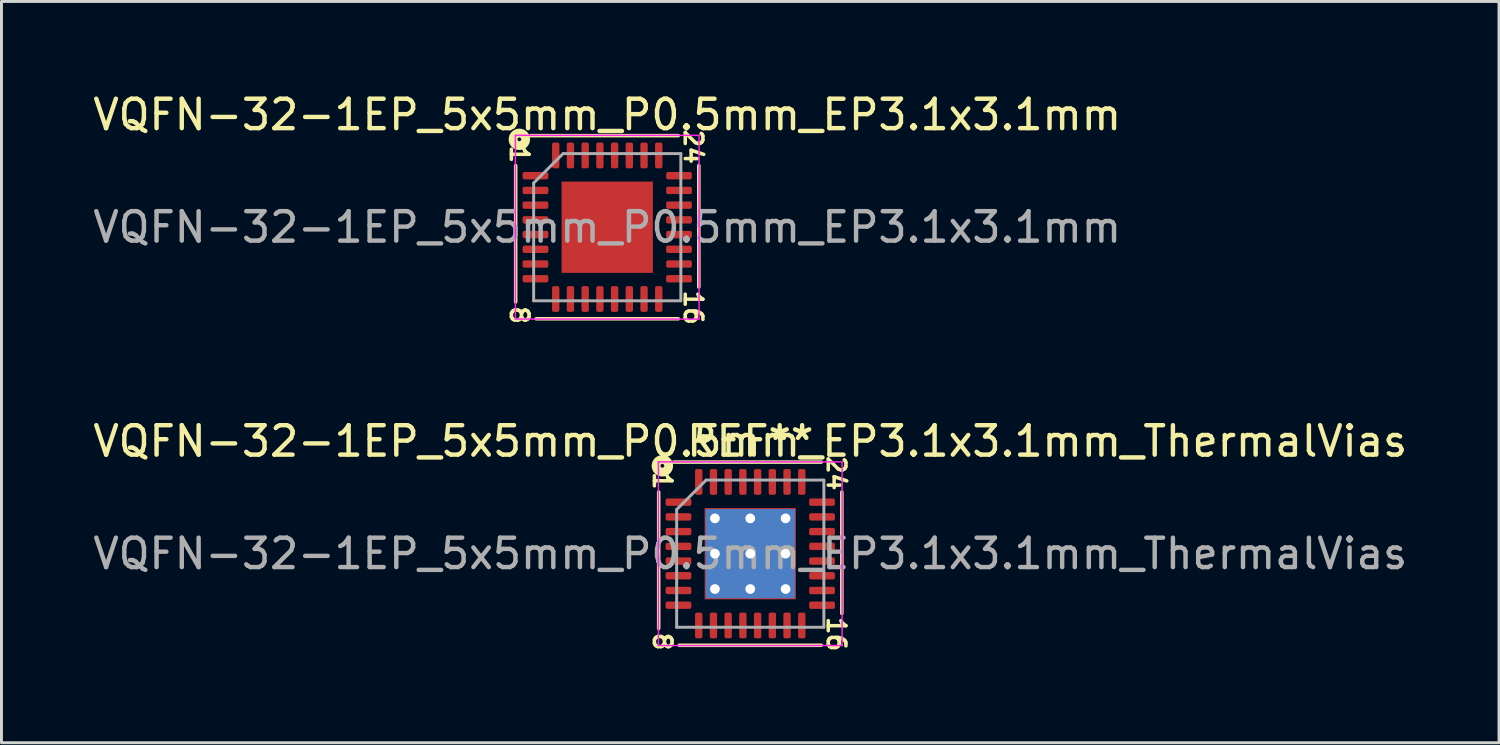
<source format=kicad_pcb>
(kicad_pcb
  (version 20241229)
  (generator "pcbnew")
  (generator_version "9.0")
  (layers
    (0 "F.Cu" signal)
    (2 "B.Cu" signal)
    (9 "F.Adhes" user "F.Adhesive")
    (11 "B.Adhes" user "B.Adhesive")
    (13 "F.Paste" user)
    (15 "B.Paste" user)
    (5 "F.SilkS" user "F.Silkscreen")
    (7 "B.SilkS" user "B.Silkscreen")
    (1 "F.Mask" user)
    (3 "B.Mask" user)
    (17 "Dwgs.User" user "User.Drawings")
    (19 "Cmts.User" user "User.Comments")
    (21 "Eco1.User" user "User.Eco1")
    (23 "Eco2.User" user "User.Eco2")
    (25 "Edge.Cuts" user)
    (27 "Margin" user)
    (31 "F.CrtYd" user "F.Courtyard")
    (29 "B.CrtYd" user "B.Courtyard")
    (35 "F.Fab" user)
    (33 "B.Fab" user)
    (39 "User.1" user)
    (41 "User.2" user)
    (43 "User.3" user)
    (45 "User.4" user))
  (footprint "VQFN-32-1EP_5x5mm_P0.5mm_EP3.1x3.1mm"
    (layer "F.Cu")
    (at 17.577 4.668)
    (property "Reference" "VQFN-32-1EP_5x5mm_P0.5mm_EP3.1x3.1mm" (at 0 -3.82 0) (layer "F.SilkS") (effects (font (size 1 1) (thickness 0.15))))
    (attr smd)
    (fp_line (start -3.111 -2.095) (end -3.111 2.54) (stroke (width 0.12) (type solid)) (layer "F.SilkS"))
    (fp_line (start -2.413 3.111) (end 2.413 3.111) (stroke (width 0.12) (type solid)) (layer "F.SilkS"))
    (fp_line (start 2.413 -3.111) (end -2.603 -3.111) (stroke (width 0.12) (type solid)) (layer "F.SilkS"))
    (fp_line (start 3.111 2.032) (end 3.111 -2.095) (stroke (width 0.12) (type solid)) (layer "F.SilkS"))
    (fp_circle (center -2.985 -2.985) (end -2.921 -2.985) (stroke (width 0.3) (type solid)) (fill no) (layer "F.SilkS"))
    (fp_line (start -3.12 -3.12) (end -3.12 3.12) (stroke (width 0.05) (type solid)) (layer "F.CrtYd"))
    (fp_line (start -3.12 3.12) (end 3.12 3.12) (stroke (width 0.05) (type solid)) (layer "F.CrtYd"))
    (fp_line (start 3.12 -3.12) (end -3.12 -3.12) (stroke (width 0.05) (type solid)) (layer "F.CrtYd"))
    (fp_line (start 3.12 3.12) (end 3.12 -3.12) (stroke (width 0.05) (type solid)) (layer "F.CrtYd"))
    (fp_line (start -2.5 -1.5) (end -1.5 -2.5) (stroke (width 0.1) (type solid)) (layer "F.Fab"))
    (fp_line (start -2.5 2.5) (end -2.5 -1.5) (stroke (width 0.1) (type solid)) (layer "F.Fab"))
    (fp_line (start -1.5 -2.5) (end 2.5 -2.5) (stroke (width 0.1) (type solid)) (layer "F.Fab"))
    (fp_line (start 2.5 -2.5) (end 2.5 2.5) (stroke (width 0.1) (type solid)) (layer "F.Fab"))
    (fp_line (start 2.5 2.5) (end -2.5 2.5) (stroke (width 0.1) (type solid)) (layer "F.Fab"))
    (fp_text user "1" (at -2.985 -2.477 270) (unlocked yes) (layer "F.SilkS") (effects (font (size 0.6 0.6) (thickness 0.12))))
    (fp_text user "16" (at 2.921 2.731 270) (unlocked yes) (layer "F.SilkS") (effects (font (size 0.6 0.6) (thickness 0.12))))
    (fp_text user "8" (at -2.985 2.985 270) (unlocked yes) (layer "F.SilkS") (effects (font (size 0.6 0.6) (thickness 0.12))))
    (fp_text user "24" (at 2.921 -2.731 270) (unlocked yes) (layer "F.SilkS") (effects (font (size 0.6 0.6) (thickness 0.12))))
    (fp_text user "${REFERENCE}" (at 0 0 0) (layer "F.Fab") (effects (font (size 1 1) (thickness 0.15))))
    (pad "" smd roundrect (at -0.775 -0.775) (size 1.25 1.25) (layers "F.Paste") (roundrect_rratio 0.2))
    (pad "" smd roundrect (at -0.775 0.775) (size 1.25 1.25) (layers "F.Paste") (roundrect_rratio 0.2))
    (pad "" smd roundrect (at 0.775 -0.775) (size 1.25 1.25) (layers "F.Paste") (roundrect_rratio 0.2))
    (pad "" smd roundrect (at 0.775 0.775) (size 1.25 1.25) (layers "F.Paste") (roundrect_rratio 0.2))
    (pad "1" smd roundrect (at -2.438 -1.75) (size 0.875 0.25) (layers "F.Cu" "F.Mask" "F.Paste") (roundrect_rratio 0.25))
    (pad "2" smd roundrect (at -2.438 -1.25) (size 0.875 0.25) (layers "F.Cu" "F.Mask" "F.Paste") (roundrect_rratio 0.25))
    (pad "3" smd roundrect (at -2.438 -0.75) (size 0.875 0.25) (layers "F.Cu" "F.Mask" "F.Paste") (roundrect_rratio 0.25))
    (pad "4" smd roundrect (at -2.438 -0.25) (size 0.875 0.25) (layers "F.Cu" "F.Mask" "F.Paste") (roundrect_rratio 0.25))
    (pad "5" smd roundrect (at -2.438 0.25) (size 0.875 0.25) (layers "F.Cu" "F.Mask" "F.Paste") (roundrect_rratio 0.25))
    (pad "6" smd roundrect (at -2.438 0.75) (size 0.875 0.25) (layers "F.Cu" "F.Mask" "F.Paste") (roundrect_rratio 0.25))
    (pad "7" smd roundrect (at -2.438 1.25) (size 0.875 0.25) (layers "F.Cu" "F.Mask" "F.Paste") (roundrect_rratio 0.25))
    (pad "8" smd roundrect (at -2.438 1.75) (size 0.875 0.25) (layers "F.Cu" "F.Mask" "F.Paste") (roundrect_rratio 0.25))
    (pad "9" smd roundrect (at -1.75 2.438) (size 0.25 0.875) (layers "F.Cu" "F.Mask" "F.Paste") (roundrect_rratio 0.25))
    (pad "10" smd roundrect (at -1.25 2.438) (size 0.25 0.875) (layers "F.Cu" "F.Mask" "F.Paste") (roundrect_rratio 0.25))
    (pad "11" smd roundrect (at -0.75 2.438) (size 0.25 0.875) (layers "F.Cu" "F.Mask" "F.Paste") (roundrect_rratio 0.25))
    (pad "12" smd roundrect (at -0.25 2.438) (size 0.25 0.875) (layers "F.Cu" "F.Mask" "F.Paste") (roundrect_rratio 0.25))
    (pad "13" smd roundrect (at 0.25 2.438) (size 0.25 0.875) (layers "F.Cu" "F.Mask" "F.Paste") (roundrect_rratio 0.25))
    (pad "14" smd roundrect (at 0.75 2.438) (size 0.25 0.875) (layers "F.Cu" "F.Mask" "F.Paste") (roundrect_rratio 0.25))
    (pad "15" smd roundrect (at 1.25 2.438) (size 0.25 0.875) (layers "F.Cu" "F.Mask" "F.Paste") (roundrect_rratio 0.25))
    (pad "16" smd roundrect (at 1.75 2.438) (size 0.25 0.875) (layers "F.Cu" "F.Mask" "F.Paste") (roundrect_rratio 0.25))
    (pad "17" smd roundrect (at 2.438 1.75) (size 0.875 0.25) (layers "F.Cu" "F.Mask" "F.Paste") (roundrect_rratio 0.25))
    (pad "18" smd roundrect (at 2.438 1.25) (size 0.875 0.25) (layers "F.Cu" "F.Mask" "F.Paste") (roundrect_rratio 0.25))
    (pad "19" smd roundrect (at 2.438 0.75) (size 0.875 0.25) (layers "F.Cu" "F.Mask" "F.Paste") (roundrect_rratio 0.25))
    (pad "20" smd roundrect (at 2.438 0.25) (size 0.875 0.25) (layers "F.Cu" "F.Mask" "F.Paste") (roundrect_rratio 0.25))
    (pad "21" smd roundrect (at 2.438 -0.25) (size 0.875 0.25) (layers "F.Cu" "F.Mask" "F.Paste") (roundrect_rratio 0.25))
    (pad "22" smd roundrect (at 2.438 -0.75) (size 0.875 0.25) (layers "F.Cu" "F.Mask" "F.Paste") (roundrect_rratio 0.25))
    (pad "23" smd roundrect (at 2.438 -1.25) (size 0.875 0.25) (layers "F.Cu" "F.Mask" "F.Paste") (roundrect_rratio 0.25))
    (pad "24" smd roundrect (at 2.438 -1.75) (size 0.875 0.25) (layers "F.Cu" "F.Mask" "F.Paste") (roundrect_rratio 0.25))
    (pad "25" smd roundrect (at 1.75 -2.438) (size 0.25 0.875) (layers "F.Cu" "F.Mask" "F.Paste") (roundrect_rratio 0.25))
    (pad "26" smd roundrect (at 1.25 -2.438) (size 0.25 0.875) (layers "F.Cu" "F.Mask" "F.Paste") (roundrect_rratio 0.25))
    (pad "27" smd roundrect (at 0.75 -2.438) (size 0.25 0.875) (layers "F.Cu" "F.Mask" "F.Paste") (roundrect_rratio 0.25))
    (pad "28" smd roundrect (at 0.25 -2.438) (size 0.25 0.875) (layers "F.Cu" "F.Mask" "F.Paste") (roundrect_rratio 0.25))
    (pad "29" smd roundrect (at -0.25 -2.438) (size 0.25 0.875) (layers "F.Cu" "F.Mask" "F.Paste") (roundrect_rratio 0.25))
    (pad "30" smd roundrect (at -0.75 -2.438) (size 0.25 0.875) (layers "F.Cu" "F.Mask" "F.Paste") (roundrect_rratio 0.25))
    (pad "31" smd roundrect (at -1.25 -2.438) (size 0.25 0.875) (layers "F.Cu" "F.Mask" "F.Paste") (roundrect_rratio 0.25))
    (pad "32" smd roundrect (at -1.75 -2.438) (size 0.25 0.875) (layers "F.Cu" "F.Mask" "F.Paste") (roundrect_rratio 0.25))
    (pad "33" smd rect (at 0 0) (size 3.1 3.1) (layers "F.Cu" "F.Mask")))
  (footprint "VQFN-32-1EP_5x5mm_P0.5mm_EP3.1x3.1mm_ThermalVias"
    (layer "F.Cu")
    (at 22.435 15.758)
    (property "Reference" "VQFN-32-1EP_5x5mm_P0.5mm_EP3.1x3.1mm_ThermalVias" (at 0 -3.82 0) (layer "F.SilkS") (effects (font (size 1 1) (thickness 0.15))))
    (attr smd)
    (fp_line (start -3.111 -2.095) (end -3.111 2.54) (stroke (width 0.12) (type solid)) (layer "F.SilkS"))
    (fp_line (start -2.413 3.111) (end 2.413 3.111) (stroke (width 0.12) (type solid)) (layer "F.SilkS"))
    (fp_line (start 2.413 -3.111) (end -2.603 -3.111) (stroke (width 0.12) (type solid)) (layer "F.SilkS"))
    (fp_line (start 3.111 2.032) (end 3.111 -2.095) (stroke (width 0.12) (type solid)) (layer "F.SilkS"))
    (fp_circle (center -2.985 -2.985) (end -2.921 -2.985) (stroke (width 0.3) (type solid)) (fill no) (layer "F.SilkS"))
    (fp_line (start -3.12 -3.12) (end -3.12 3.12) (stroke (width 0.05) (type solid)) (layer "F.CrtYd"))
    (fp_line (start -3.12 3.12) (end 3.12 3.12) (stroke (width 0.05) (type solid)) (layer "F.CrtYd"))
    (fp_line (start 3.12 -3.12) (end -3.12 -3.12) (stroke (width 0.05) (type solid)) (layer "F.CrtYd"))
    (fp_line (start 3.12 3.12) (end 3.12 -3.12) (stroke (width 0.05) (type solid)) (layer "F.CrtYd"))
    (fp_line (start -2.5 -1.5) (end -1.5 -2.5) (stroke (width 0.1) (type solid)) (layer "F.Fab"))
    (fp_line (start -2.5 2.5) (end -2.5 -1.5) (stroke (width 0.1) (type solid)) (layer "F.Fab"))
    (fp_line (start -1.5 -2.5) (end 2.5 -2.5) (stroke (width 0.1) (type solid)) (layer "F.Fab"))
    (fp_line (start 2.5 -2.5) (end 2.5 2.5) (stroke (width 0.1) (type solid)) (layer "F.Fab"))
    (fp_line (start 2.5 2.5) (end -2.5 2.5) (stroke (width 0.1) (type solid)) (layer "F.Fab"))
    (fp_text user "1" (at -2.985 -2.477 270) (unlocked yes) (layer "F.SilkS") (effects (font (size 0.6 0.6) (thickness 0.12))))
    (fp_text user "8" (at -2.985 2.985 270) (unlocked yes) (layer "F.SilkS") (effects (font (size 0.6 0.6) (thickness 0.12))))
    (fp_text user "REF**" (at 0 -3.82 0) (layer "F.SilkS") (effects (font (size 1 1) (thickness 0.15))))
    (fp_text user "24" (at 2.921 -2.731 270) (unlocked yes) (layer "F.SilkS") (effects (font (size 0.6 0.6) (thickness 0.12))))
    (fp_text user "16" (at 2.921 2.731 270) (unlocked yes) (layer "F.SilkS") (effects (font (size 0.6 0.6) (thickness 0.12))))
    (fp_text user "${REFERENCE}" (at 0 0 0) (layer "F.Fab") (effects (font (size 1 1) (thickness 0.15))))
    (pad "" smd roundrect (at -0.775 -0.775) (size 1.3 1.3) (layers "F.Paste") (roundrect_rratio 0.192))
    (pad "" smd roundrect (at -0.775 0.775) (size 1.3 1.3) (layers "F.Paste") (roundrect_rratio 0.192))
    (pad "" smd roundrect (at 0.775 -0.775) (size 1.3 1.3) (layers "F.Paste") (roundrect_rratio 0.192))
    (pad "" smd roundrect (at 0.775 0.775) (size 1.3 1.3) (layers "F.Paste") (roundrect_rratio 0.192))
    (pad "1" smd roundrect (at -2.438 -1.75) (size 0.875 0.25) (layers "F.Cu" "F.Mask" "F.Paste") (roundrect_rratio 0.25))
    (pad "2" smd roundrect (at -2.438 -1.25) (size 0.875 0.25) (layers "F.Cu" "F.Mask" "F.Paste") (roundrect_rratio 0.25))
    (pad "3" smd roundrect (at -2.438 -0.75) (size 0.875 0.25) (layers "F.Cu" "F.Mask" "F.Paste") (roundrect_rratio 0.25))
    (pad "4" smd roundrect (at -2.438 -0.25) (size 0.875 0.25) (layers "F.Cu" "F.Mask" "F.Paste") (roundrect_rratio 0.25))
    (pad "5" smd roundrect (at -2.438 0.25) (size 0.875 0.25) (layers "F.Cu" "F.Mask" "F.Paste") (roundrect_rratio 0.25))
    (pad "6" smd roundrect (at -2.438 0.75) (size 0.875 0.25) (layers "F.Cu" "F.Mask" "F.Paste") (roundrect_rratio 0.25))
    (pad "7" smd roundrect (at -2.438 1.25) (size 0.875 0.25) (layers "F.Cu" "F.Mask" "F.Paste") (roundrect_rratio 0.25))
    (pad "8" smd roundrect (at -2.438 1.75) (size 0.875 0.25) (layers "F.Cu" "F.Mask" "F.Paste") (roundrect_rratio 0.25))
    (pad "9" smd roundrect (at -1.75 2.438) (size 0.25 0.875) (layers "F.Cu" "F.Mask" "F.Paste") (roundrect_rratio 0.25))
    (pad "10" smd roundrect (at -1.25 2.438) (size 0.25 0.875) (layers "F.Cu" "F.Mask" "F.Paste") (roundrect_rratio 0.25))
    (pad "11" smd roundrect (at -0.75 2.438) (size 0.25 0.875) (layers "F.Cu" "F.Mask" "F.Paste") (roundrect_rratio 0.25))
    (pad "12" smd roundrect (at -0.25 2.438) (size 0.25 0.875) (layers "F.Cu" "F.Mask" "F.Paste") (roundrect_rratio 0.25))
    (pad "13" smd roundrect (at 0.25 2.438) (size 0.25 0.875) (layers "F.Cu" "F.Mask" "F.Paste") (roundrect_rratio 0.25))
    (pad "14" smd roundrect (at 0.75 2.438) (size 0.25 0.875) (layers "F.Cu" "F.Mask" "F.Paste") (roundrect_rratio 0.25))
    (pad "15" smd roundrect (at 1.25 2.438) (size 0.25 0.875) (layers "F.Cu" "F.Mask" "F.Paste") (roundrect_rratio 0.25))
    (pad "16" smd roundrect (at 1.75 2.438) (size 0.25 0.875) (layers "F.Cu" "F.Mask" "F.Paste") (roundrect_rratio 0.25))
    (pad "17" smd roundrect (at 2.438 1.75) (size 0.875 0.25) (layers "F.Cu" "F.Mask" "F.Paste") (roundrect_rratio 0.25))
    (pad "18" smd roundrect (at 2.438 1.25) (size 0.875 0.25) (layers "F.Cu" "F.Mask" "F.Paste") (roundrect_rratio 0.25))
    (pad "19" smd roundrect (at 2.438 0.75) (size 0.875 0.25) (layers "F.Cu" "F.Mask" "F.Paste") (roundrect_rratio 0.25))
    (pad "20" smd roundrect (at 2.438 0.25) (size 0.875 0.25) (layers "F.Cu" "F.Mask" "F.Paste") (roundrect_rratio 0.25))
    (pad "21" smd roundrect (at 2.438 -0.25) (size 0.875 0.25) (layers "F.Cu" "F.Mask" "F.Paste") (roundrect_rratio 0.25))
    (pad "22" smd roundrect (at 2.438 -0.75) (size 0.875 0.25) (layers "F.Cu" "F.Mask" "F.Paste") (roundrect_rratio 0.25))
    (pad "23" smd roundrect (at 2.438 -1.25) (size 0.875 0.25) (layers "F.Cu" "F.Mask" "F.Paste") (roundrect_rratio 0.25))
    (pad "24" smd roundrect (at 2.438 -1.75) (size 0.875 0.25) (layers "F.Cu" "F.Mask" "F.Paste") (roundrect_rratio 0.25))
    (pad "25" smd roundrect (at 1.75 -2.438) (size 0.25 0.875) (layers "F.Cu" "F.Mask" "F.Paste") (roundrect_rratio 0.25))
    (pad "26" smd roundrect (at 1.25 -2.438) (size 0.25 0.875) (layers "F.Cu" "F.Mask" "F.Paste") (roundrect_rratio 0.25))
    (pad "27" smd roundrect (at 0.75 -2.438) (size 0.25 0.875) (layers "F.Cu" "F.Mask" "F.Paste") (roundrect_rratio 0.25))
    (pad "28" smd roundrect (at 0.25 -2.438) (size 0.25 0.875) (layers "F.Cu" "F.Mask" "F.Paste") (roundrect_rratio 0.25))
    (pad "29" smd roundrect (at -0.25 -2.438) (size 0.25 0.875) (layers "F.Cu" "F.Mask" "F.Paste") (roundrect_rratio 0.25))
    (pad "30" smd roundrect (at -0.75 -2.438) (size 0.25 0.875) (layers "F.Cu" "F.Mask" "F.Paste") (roundrect_rratio 0.25))
    (pad "31" smd roundrect (at -1.25 -2.438) (size 0.25 0.875) (layers "F.Cu" "F.Mask" "F.Paste") (roundrect_rratio 0.25))
    (pad "32" smd roundrect (at -1.75 -2.438) (size 0.25 0.875) (layers "F.Cu" "F.Mask" "F.Paste") (roundrect_rratio 0.25))
    (pad "33" thru_hole circle (at -1.2 -1.2) (size 0.63 0.63) (drill 0.33) (layers "*.Cu"))
    (pad "33" thru_hole circle (at -1.2 0) (size 0.63 0.63) (drill 0.33) (layers "*.Cu"))
    (pad "33" thru_hole circle (at -1.2 1.2) (size 0.63 0.63) (drill 0.33) (layers "*.Cu"))
    (pad "33" thru_hole circle (at 0 -1.2) (size 0.63 0.63) (drill 0.33) (layers "*.Cu"))
    (pad "33" thru_hole circle (at 0 0) (size 0.63 0.63) (drill 0.33) (layers "*.Cu"))
    (pad "33" smd rect (at 0 0) (size 3.03 3.03) (layers "B.Cu" "B.Mask"))
    (pad "33" smd rect (at 0 0) (size 3.1 3.1) (layers "F.Cu" "F.Mask"))
    (pad "33" thru_hole circle (at 0 1.2) (size 0.63 0.63) (drill 0.33) (layers "*.Cu"))
    (pad "33" thru_hole circle (at 1.2 -1.2) (size 0.63 0.63) (drill 0.33) (layers "*.Cu"))
    (pad "33" thru_hole circle (at 1.2 0) (size 0.63 0.63) (drill 0.33) (layers "*.Cu"))
    (pad "33" thru_hole circle (at 1.2 1.2) (size 0.63 0.63) (drill 0.33) (layers "*.Cu")))
  (gr_rect
    (start -3 -3)
    (end 47.869 22.18)
    (stroke (width 0.1) (type default))
    (fill no)
    (layer "Edge.Cuts")))
</source>
